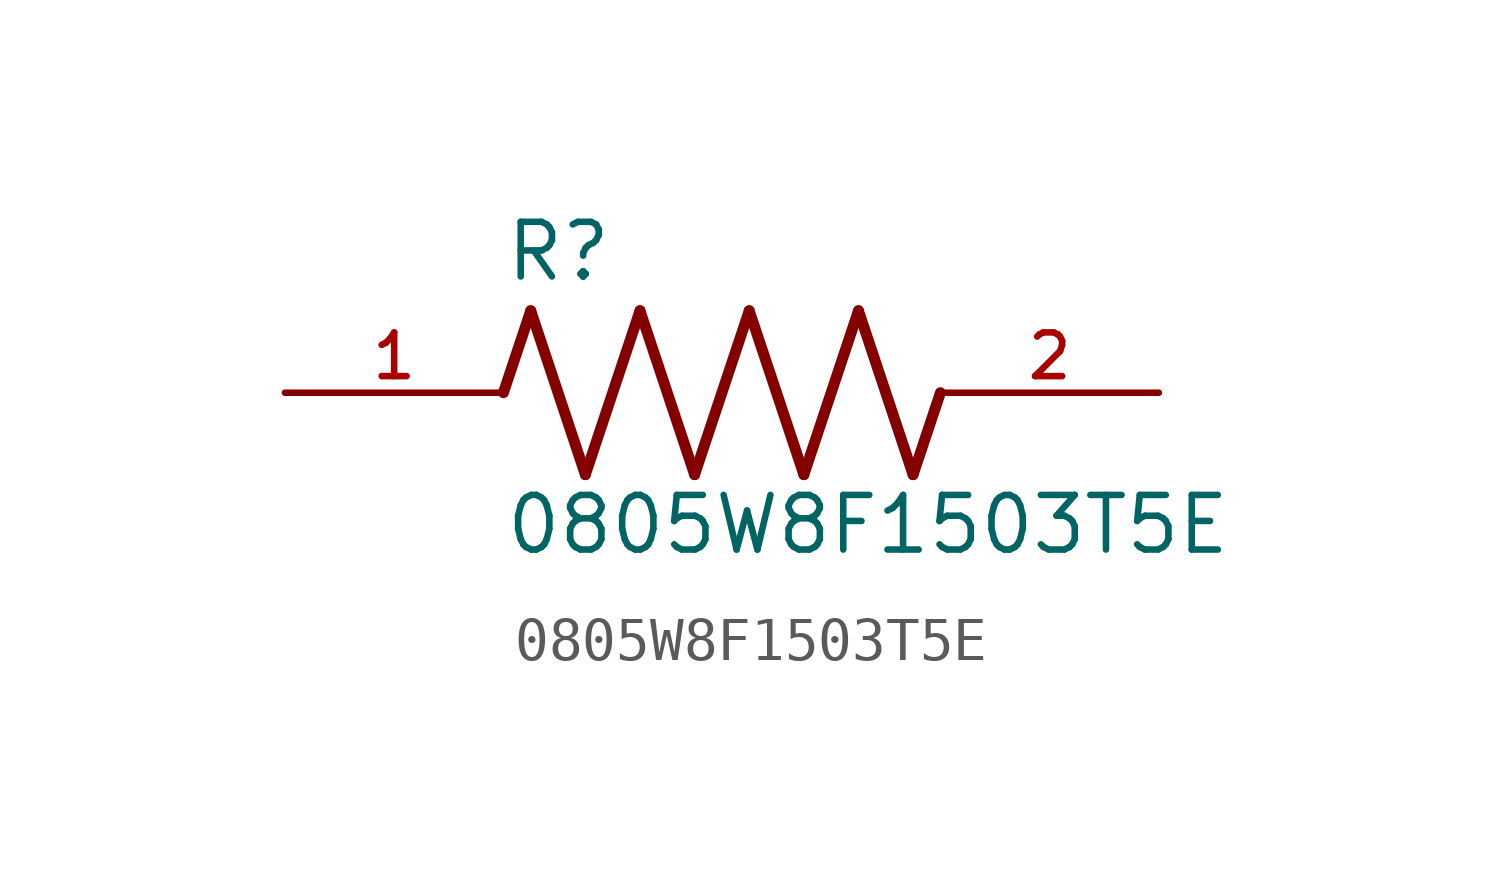
<source format=kicad_sym>
(kicad_symbol_lib
  (version 20211014)
  (generator kicad_symbol_editor)
  (symbol "0805W8F1503T5E"
    (pin_names
      (offset 1.016))
    (property "Reference" "R"
      (at -5.08 2.54 0)
      (effects (font (size 1.27 1.27)) (justify bottom left)))
    (property "Value" "0805W8F1503T5E"
      (at -5.08 -3.81 0)
      (effects (font (size 1.27 1.27)) (justify bottom left)))
    (symbol "0805W8F1503T5E_0_0"
      (polyline (pts (xy -5.08 0.0) (xy -4.445 1.905)) (stroke (width 0.254)))
      (polyline (pts (xy -4.445 1.905) (xy -3.175 -1.905)) (stroke (width 0.254)))
      (polyline (pts (xy -3.175 -1.905) (xy -1.905 1.905)) (stroke (width 0.254)))
      (polyline (pts (xy -1.905 1.905) (xy -0.635 -1.905)) (stroke (width 0.254)))
      (polyline (pts (xy -0.635 -1.905) (xy 0.635 1.905)) (stroke (width 0.254)))
      (polyline (pts (xy 0.635 1.905) (xy 1.905 -1.905)) (stroke (width 0.254)))
      (polyline (pts (xy 1.905 -1.905) (xy 3.175 1.905)) (stroke (width 0.254)))
      (polyline (pts (xy 3.175 1.905) (xy 4.445 -1.905)) (stroke (width 0.254)))
      (polyline (pts (xy 4.445 -1.905) (xy 5.08 0.0)) (stroke (width 0.254)))
      (pin passive line (at -10.16 0.0 0) (length 5.08) (name "~" (effects (font (size 1.016 1.016)))) (number "1" (effects (font (size 1.016 1.016)))))
      (pin passive line (at 10.16 0.0 180.0) (length 5.08) (name "~" (effects (font (size 1.016 1.016)))) (number "2" (effects (font (size 1.016 1.016))))))))
</source>
